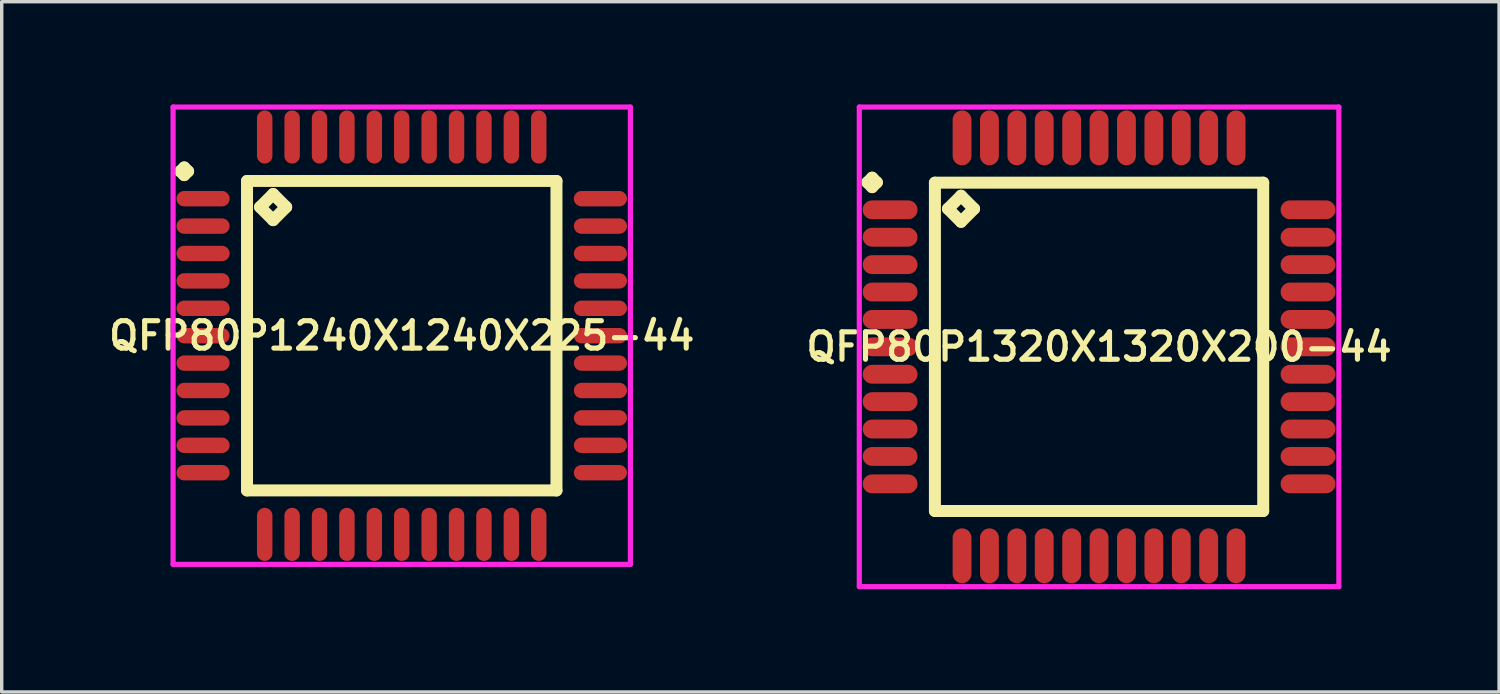
<source format=kicad_pcb>
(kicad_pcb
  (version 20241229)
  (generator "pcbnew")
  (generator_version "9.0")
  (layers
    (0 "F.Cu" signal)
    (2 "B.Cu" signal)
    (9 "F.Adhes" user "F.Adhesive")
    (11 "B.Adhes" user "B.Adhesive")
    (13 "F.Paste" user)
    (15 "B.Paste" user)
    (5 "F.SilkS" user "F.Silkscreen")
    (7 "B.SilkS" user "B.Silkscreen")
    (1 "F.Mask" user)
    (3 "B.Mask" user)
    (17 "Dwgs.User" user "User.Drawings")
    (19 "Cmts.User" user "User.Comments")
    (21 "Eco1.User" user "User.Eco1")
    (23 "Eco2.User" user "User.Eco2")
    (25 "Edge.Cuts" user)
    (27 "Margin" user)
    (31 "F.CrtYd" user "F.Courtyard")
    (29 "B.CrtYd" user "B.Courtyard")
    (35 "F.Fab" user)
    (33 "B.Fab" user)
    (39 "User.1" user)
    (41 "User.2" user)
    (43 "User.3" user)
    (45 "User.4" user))
  (footprint "QFP80P1320X1320X200-44"
    (layer "F.Cu")
    (at 29.035 7.075)
    (property "Reference" "QFP80P1320X1320X200-44" (at 0 0 0) (layer "F.SilkS") (effects (font (size 0.8 0.8) (thickness 0.15))))
    (attr smd)
    (fp_line (start -6.763 -4.8) (end -6.625 -4.938) (stroke (width 0.35) (type solid)) (layer "F.SilkS"))
    (fp_line (start -6.625 -4.938) (end -6.487 -4.8) (stroke (width 0.35) (type solid)) (layer "F.SilkS"))
    (fp_line (start -6.625 -4.662) (end -6.763 -4.8) (stroke (width 0.35) (type solid)) (layer "F.SilkS"))
    (fp_line (start -6.487 -4.8) (end -6.625 -4.662) (stroke (width 0.35) (type solid)) (layer "F.SilkS"))
    (fp_line (start -4.792 -4.792) (end -4.792 4.792) (stroke (width 0.35) (type solid)) (layer "F.SilkS"))
    (fp_line (start -4.792 4.792) (end 4.792 4.792) (stroke (width 0.35) (type solid)) (layer "F.SilkS"))
    (fp_line (start -4.411 -4.03) (end -4.03 -4.411) (stroke (width 0.35) (type solid)) (layer "F.SilkS"))
    (fp_line (start -4.03 -4.411) (end -3.649 -4.03) (stroke (width 0.35) (type solid)) (layer "F.SilkS"))
    (fp_line (start -4.03 -3.649) (end -4.411 -4.03) (stroke (width 0.35) (type solid)) (layer "F.SilkS"))
    (fp_line (start -3.649 -4.03) (end -4.03 -3.649) (stroke (width 0.35) (type solid)) (layer "F.SilkS"))
    (fp_line (start 4.792 -4.792) (end -4.792 -4.792) (stroke (width 0.35) (type solid)) (layer "F.SilkS"))
    (fp_line (start 4.792 4.792) (end 4.792 -4.792) (stroke (width 0.35) (type solid)) (layer "F.SilkS"))
    (fp_line (start -7 -7) (end 7 -7) (stroke (width 0.15) (type solid)) (layer "F.CrtYd"))
    (fp_line (start -7 7) (end -7 -7) (stroke (width 0.15) (type solid)) (layer "F.CrtYd"))
    (fp_line (start 7 -7) (end 7 7) (stroke (width 0.15) (type solid)) (layer "F.CrtYd"))
    (fp_line (start 7 7) (end -7 7) (stroke (width 0.15) (type solid)) (layer "F.CrtYd"))
    (pad "1" smd oval (at -6.1 -4) (size 1.6 0.55) (layers "F.Cu" "F.Mask" "F.Paste"))
    (pad "2" smd oval (at -6.1 -3.2) (size 1.6 0.55) (layers "F.Cu" "F.Mask" "F.Paste"))
    (pad "3" smd oval (at -6.1 -2.4) (size 1.6 0.55) (layers "F.Cu" "F.Mask" "F.Paste"))
    (pad "4" smd oval (at -6.1 -1.6) (size 1.6 0.55) (layers "F.Cu" "F.Mask" "F.Paste"))
    (pad "5" smd oval (at -6.1 -0.8) (size 1.6 0.55) (layers "F.Cu" "F.Mask" "F.Paste"))
    (pad "6" smd oval (at -6.1 0) (size 1.6 0.55) (layers "F.Cu" "F.Mask" "F.Paste"))
    (pad "7" smd oval (at -6.1 0.8) (size 1.6 0.55) (layers "F.Cu" "F.Mask" "F.Paste"))
    (pad "8" smd oval (at -6.1 1.6) (size 1.6 0.55) (layers "F.Cu" "F.Mask" "F.Paste"))
    (pad "9" smd oval (at -6.1 2.4) (size 1.6 0.55) (layers "F.Cu" "F.Mask" "F.Paste"))
    (pad "10" smd oval (at -6.1 3.2) (size 1.6 0.55) (layers "F.Cu" "F.Mask" "F.Paste"))
    (pad "11" smd oval (at -6.1 4) (size 1.6 0.55) (layers "F.Cu" "F.Mask" "F.Paste"))
    (pad "12" smd oval (at -4 6.1) (size 0.55 1.6) (layers "F.Cu" "F.Mask" "F.Paste"))
    (pad "13" smd oval (at -3.2 6.1) (size 0.55 1.6) (layers "F.Cu" "F.Mask" "F.Paste"))
    (pad "14" smd oval (at -2.4 6.1) (size 0.55 1.6) (layers "F.Cu" "F.Mask" "F.Paste"))
    (pad "15" smd oval (at -1.6 6.1) (size 0.55 1.6) (layers "F.Cu" "F.Mask" "F.Paste"))
    (pad "16" smd oval (at -0.8 6.1) (size 0.55 1.6) (layers "F.Cu" "F.Mask" "F.Paste"))
    (pad "17" smd oval (at 0 6.1) (size 0.55 1.6) (layers "F.Cu" "F.Mask" "F.Paste"))
    (pad "18" smd oval (at 0.8 6.1) (size 0.55 1.6) (layers "F.Cu" "F.Mask" "F.Paste"))
    (pad "19" smd oval (at 1.6 6.1) (size 0.55 1.6) (layers "F.Cu" "F.Mask" "F.Paste"))
    (pad "20" smd oval (at 2.4 6.1) (size 0.55 1.6) (layers "F.Cu" "F.Mask" "F.Paste"))
    (pad "21" smd oval (at 3.2 6.1) (size 0.55 1.6) (layers "F.Cu" "F.Mask" "F.Paste"))
    (pad "22" smd oval (at 4 6.1) (size 0.55 1.6) (layers "F.Cu" "F.Mask" "F.Paste"))
    (pad "23" smd oval (at 6.1 4) (size 1.6 0.55) (layers "F.Cu" "F.Mask" "F.Paste"))
    (pad "24" smd oval (at 6.1 3.2) (size 1.6 0.55) (layers "F.Cu" "F.Mask" "F.Paste"))
    (pad "25" smd oval (at 6.1 2.4) (size 1.6 0.55) (layers "F.Cu" "F.Mask" "F.Paste"))
    (pad "26" smd oval (at 6.1 1.6) (size 1.6 0.55) (layers "F.Cu" "F.Mask" "F.Paste"))
    (pad "27" smd oval (at 6.1 0.8) (size 1.6 0.55) (layers "F.Cu" "F.Mask" "F.Paste"))
    (pad "28" smd oval (at 6.1 0) (size 1.6 0.55) (layers "F.Cu" "F.Mask" "F.Paste"))
    (pad "29" smd oval (at 6.1 -0.8) (size 1.6 0.55) (layers "F.Cu" "F.Mask" "F.Paste"))
    (pad "30" smd oval (at 6.1 -1.6) (size 1.6 0.55) (layers "F.Cu" "F.Mask" "F.Paste"))
    (pad "31" smd oval (at 6.1 -2.4) (size 1.6 0.55) (layers "F.Cu" "F.Mask" "F.Paste"))
    (pad "32" smd oval (at 6.1 -3.2) (size 1.6 0.55) (layers "F.Cu" "F.Mask" "F.Paste"))
    (pad "33" smd oval (at 6.1 -4) (size 1.6 0.55) (layers "F.Cu" "F.Mask" "F.Paste"))
    (pad "34" smd oval (at 4 -6.1) (size 0.55 1.6) (layers "F.Cu" "F.Mask" "F.Paste"))
    (pad "35" smd oval (at 3.2 -6.1) (size 0.55 1.6) (layers "F.Cu" "F.Mask" "F.Paste"))
    (pad "36" smd oval (at 2.4 -6.1) (size 0.55 1.6) (layers "F.Cu" "F.Mask" "F.Paste"))
    (pad "37" smd oval (at 1.6 -6.1) (size 0.55 1.6) (layers "F.Cu" "F.Mask" "F.Paste"))
    (pad "38" smd oval (at 0.8 -6.1) (size 0.55 1.6) (layers "F.Cu" "F.Mask" "F.Paste"))
    (pad "39" smd oval (at 0 -6.1) (size 0.55 1.6) (layers "F.Cu" "F.Mask" "F.Paste"))
    (pad "40" smd oval (at -0.8 -6.1) (size 0.55 1.6) (layers "F.Cu" "F.Mask" "F.Paste"))
    (pad "41" smd oval (at -1.6 -6.1) (size 0.55 1.6) (layers "F.Cu" "F.Mask" "F.Paste"))
    (pad "42" smd oval (at -2.4 -6.1) (size 0.55 1.6) (layers "F.Cu" "F.Mask" "F.Paste"))
    (pad "43" smd oval (at -3.2 -6.1) (size 0.55 1.6) (layers "F.Cu" "F.Mask" "F.Paste"))
    (pad "44" smd oval (at -4 -6.1) (size 0.55 1.6) (layers "F.Cu" "F.Mask" "F.Paste")))
  (footprint "QFP80P1240X1240X225-44"
    (layer "F.Cu")
    (at 8.678 6.75)
    (property "Reference" "QFP80P1240X1240X225-44" (at 0 0 0) (layer "F.SilkS") (effects (font (size 0.8 0.8) (thickness 0.15))))
    (attr smd)
    (fp_line (start -6.463 -4.8) (end -6.35 -4.912) (stroke (width 0.35) (type solid)) (layer "F.SilkS"))
    (fp_line (start -6.35 -4.912) (end -6.237 -4.8) (stroke (width 0.35) (type solid)) (layer "F.SilkS"))
    (fp_line (start -6.35 -4.688) (end -6.463 -4.8) (stroke (width 0.35) (type solid)) (layer "F.SilkS"))
    (fp_line (start -6.237 -4.8) (end -6.35 -4.688) (stroke (width 0.35) (type solid)) (layer "F.SilkS"))
    (fp_line (start -4.517 -4.517) (end -4.517 4.517) (stroke (width 0.35) (type solid)) (layer "F.SilkS"))
    (fp_line (start -4.517 4.517) (end 4.517 4.517) (stroke (width 0.35) (type solid)) (layer "F.SilkS"))
    (fp_line (start -4.136 -3.755) (end -3.755 -4.136) (stroke (width 0.35) (type solid)) (layer "F.SilkS"))
    (fp_line (start -3.755 -4.136) (end -3.374 -3.755) (stroke (width 0.35) (type solid)) (layer "F.SilkS"))
    (fp_line (start -3.755 -3.374) (end -4.136 -3.755) (stroke (width 0.35) (type solid)) (layer "F.SilkS"))
    (fp_line (start -3.374 -3.755) (end -3.755 -3.374) (stroke (width 0.35) (type solid)) (layer "F.SilkS"))
    (fp_line (start 4.517 -4.517) (end -4.517 -4.517) (stroke (width 0.35) (type solid)) (layer "F.SilkS"))
    (fp_line (start 4.517 4.517) (end 4.517 -4.517) (stroke (width 0.35) (type solid)) (layer "F.SilkS"))
    (fp_line (start -6.675 -6.675) (end 6.675 -6.675) (stroke (width 0.15) (type solid)) (layer "F.CrtYd"))
    (fp_line (start -6.675 6.675) (end -6.675 -6.675) (stroke (width 0.15) (type solid)) (layer "F.CrtYd"))
    (fp_line (start 6.675 -6.675) (end 6.675 6.675) (stroke (width 0.15) (type solid)) (layer "F.CrtYd"))
    (fp_line (start 6.675 6.675) (end -6.675 6.675) (stroke (width 0.15) (type solid)) (layer "F.CrtYd"))
    (pad "1" smd oval (at -5.8 -4) (size 1.55 0.45) (layers "F.Cu" "F.Mask" "F.Paste"))
    (pad "2" smd oval (at -5.8 -3.2) (size 1.55 0.45) (layers "F.Cu" "F.Mask" "F.Paste"))
    (pad "3" smd oval (at -5.8 -2.4) (size 1.55 0.45) (layers "F.Cu" "F.Mask" "F.Paste"))
    (pad "4" smd oval (at -5.8 -1.6) (size 1.55 0.45) (layers "F.Cu" "F.Mask" "F.Paste"))
    (pad "5" smd oval (at -5.8 -0.8) (size 1.55 0.45) (layers "F.Cu" "F.Mask" "F.Paste"))
    (pad "6" smd oval (at -5.8 0) (size 1.55 0.45) (layers "F.Cu" "F.Mask" "F.Paste"))
    (pad "7" smd oval (at -5.8 0.8) (size 1.55 0.45) (layers "F.Cu" "F.Mask" "F.Paste"))
    (pad "8" smd oval (at -5.8 1.6) (size 1.55 0.45) (layers "F.Cu" "F.Mask" "F.Paste"))
    (pad "9" smd oval (at -5.8 2.4) (size 1.55 0.45) (layers "F.Cu" "F.Mask" "F.Paste"))
    (pad "10" smd oval (at -5.8 3.2) (size 1.55 0.45) (layers "F.Cu" "F.Mask" "F.Paste"))
    (pad "11" smd oval (at -5.8 4) (size 1.55 0.45) (layers "F.Cu" "F.Mask" "F.Paste"))
    (pad "12" smd oval (at -4 5.8) (size 0.45 1.55) (layers "F.Cu" "F.Mask" "F.Paste"))
    (pad "13" smd oval (at -3.2 5.8) (size 0.45 1.55) (layers "F.Cu" "F.Mask" "F.Paste"))
    (pad "14" smd oval (at -2.4 5.8) (size 0.45 1.55) (layers "F.Cu" "F.Mask" "F.Paste"))
    (pad "15" smd oval (at -1.6 5.8) (size 0.45 1.55) (layers "F.Cu" "F.Mask" "F.Paste"))
    (pad "16" smd oval (at -0.8 5.8) (size 0.45 1.55) (layers "F.Cu" "F.Mask" "F.Paste"))
    (pad "17" smd oval (at 0 5.8) (size 0.45 1.55) (layers "F.Cu" "F.Mask" "F.Paste"))
    (pad "18" smd oval (at 0.8 5.8) (size 0.45 1.55) (layers "F.Cu" "F.Mask" "F.Paste"))
    (pad "19" smd oval (at 1.6 5.8) (size 0.45 1.55) (layers "F.Cu" "F.Mask" "F.Paste"))
    (pad "20" smd oval (at 2.4 5.8) (size 0.45 1.55) (layers "F.Cu" "F.Mask" "F.Paste"))
    (pad "21" smd oval (at 3.2 5.8) (size 0.45 1.55) (layers "F.Cu" "F.Mask" "F.Paste"))
    (pad "22" smd oval (at 4 5.8) (size 0.45 1.55) (layers "F.Cu" "F.Mask" "F.Paste"))
    (pad "23" smd oval (at 5.8 4) (size 1.55 0.45) (layers "F.Cu" "F.Mask" "F.Paste"))
    (pad "24" smd oval (at 5.8 3.2) (size 1.55 0.45) (layers "F.Cu" "F.Mask" "F.Paste"))
    (pad "25" smd oval (at 5.8 2.4) (size 1.55 0.45) (layers "F.Cu" "F.Mask" "F.Paste"))
    (pad "26" smd oval (at 5.8 1.6) (size 1.55 0.45) (layers "F.Cu" "F.Mask" "F.Paste"))
    (pad "27" smd oval (at 5.8 0.8) (size 1.55 0.45) (layers "F.Cu" "F.Mask" "F.Paste"))
    (pad "28" smd oval (at 5.8 0) (size 1.55 0.45) (layers "F.Cu" "F.Mask" "F.Paste"))
    (pad "29" smd oval (at 5.8 -0.8) (size 1.55 0.45) (layers "F.Cu" "F.Mask" "F.Paste"))
    (pad "30" smd oval (at 5.8 -1.6) (size 1.55 0.45) (layers "F.Cu" "F.Mask" "F.Paste"))
    (pad "31" smd oval (at 5.8 -2.4) (size 1.55 0.45) (layers "F.Cu" "F.Mask" "F.Paste"))
    (pad "32" smd oval (at 5.8 -3.2) (size 1.55 0.45) (layers "F.Cu" "F.Mask" "F.Paste"))
    (pad "33" smd oval (at 5.8 -4) (size 1.55 0.45) (layers "F.Cu" "F.Mask" "F.Paste"))
    (pad "34" smd oval (at 4 -5.8) (size 0.45 1.55) (layers "F.Cu" "F.Mask" "F.Paste"))
    (pad "35" smd oval (at 3.2 -5.8) (size 0.45 1.55) (layers "F.Cu" "F.Mask" "F.Paste"))
    (pad "36" smd oval (at 2.4 -5.8) (size 0.45 1.55) (layers "F.Cu" "F.Mask" "F.Paste"))
    (pad "37" smd oval (at 1.6 -5.8) (size 0.45 1.55) (layers "F.Cu" "F.Mask" "F.Paste"))
    (pad "38" smd oval (at 0.8 -5.8) (size 0.45 1.55) (layers "F.Cu" "F.Mask" "F.Paste"))
    (pad "39" smd oval (at 0 -5.8) (size 0.45 1.55) (layers "F.Cu" "F.Mask" "F.Paste"))
    (pad "40" smd oval (at -0.8 -5.8) (size 0.45 1.55) (layers "F.Cu" "F.Mask" "F.Paste"))
    (pad "41" smd oval (at -1.6 -5.8) (size 0.45 1.55) (layers "F.Cu" "F.Mask" "F.Paste"))
    (pad "42" smd oval (at -2.4 -5.8) (size 0.45 1.55) (layers "F.Cu" "F.Mask" "F.Paste"))
    (pad "43" smd oval (at -3.2 -5.8) (size 0.45 1.55) (layers "F.Cu" "F.Mask" "F.Paste"))
    (pad "44" smd oval (at -4 -5.8) (size 0.45 1.55) (layers "F.Cu" "F.Mask" "F.Paste")))
  (gr_rect
    (start -3 -3)
    (end 40.713 17.15)
    (stroke (width 0.1) (type default))
    (fill no)
    (layer "Edge.Cuts")))
</source>
